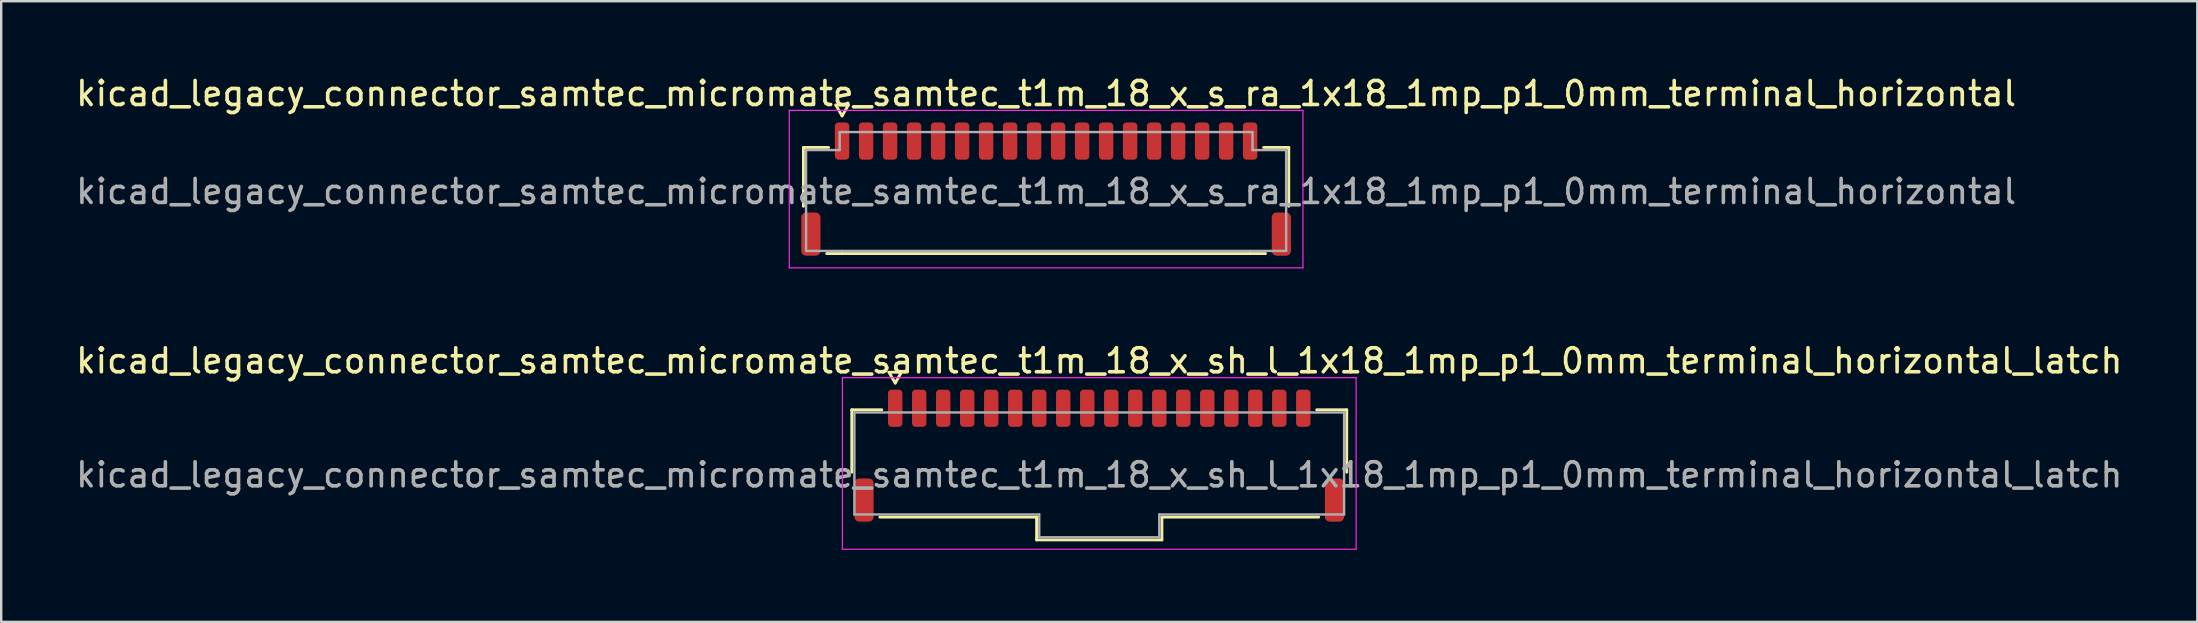
<source format=kicad_pcb>
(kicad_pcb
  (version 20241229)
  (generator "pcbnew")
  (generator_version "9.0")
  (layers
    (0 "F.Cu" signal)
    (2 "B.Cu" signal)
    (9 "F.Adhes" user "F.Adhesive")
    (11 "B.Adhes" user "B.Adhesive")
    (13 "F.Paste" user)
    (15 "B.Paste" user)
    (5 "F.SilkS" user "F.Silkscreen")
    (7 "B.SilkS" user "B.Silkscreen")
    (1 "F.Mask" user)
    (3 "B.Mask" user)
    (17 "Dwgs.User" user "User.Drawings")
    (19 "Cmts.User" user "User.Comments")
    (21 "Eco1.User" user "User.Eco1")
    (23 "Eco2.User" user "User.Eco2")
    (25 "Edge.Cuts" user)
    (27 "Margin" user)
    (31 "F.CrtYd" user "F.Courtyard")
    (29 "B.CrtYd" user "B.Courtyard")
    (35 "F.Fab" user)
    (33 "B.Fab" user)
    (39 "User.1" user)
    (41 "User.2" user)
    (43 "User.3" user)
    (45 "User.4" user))
  (footprint "kicad_legacy_connector_samtec_micromate_samtec_t1m_18_x_sh_l_1x18_1mp_p1_0mm_terminal_horizontal_latch"
    (layer "F.Cu")
    (at 42.744 16.732)
    (property "Reference" "kicad_legacy_connector_samtec_micromate_samtec_t1m_18_x_sh_l_1x18_1mp_p1_0mm_terminal_horizontal_latch" (at 0 -4.75 0) (layer "F.SilkS") (effects (font (size 1 1) (thickness 0.15))))
    (attr smd)
    (fp_line (start -10.31 -2.71) (end -9.06 -2.71) (stroke (width 0.12) (type solid)) (layer "F.SilkS"))
    (fp_line (start -10.31 -0.11) (end -10.31 -2.71) (stroke (width 0.12) (type solid)) (layer "F.SilkS"))
    (fp_line (start -8.76 -4.275) (end -8.5 -3.825) (stroke (width 0.12) (type solid)) (layer "F.SilkS"))
    (fp_line (start -8.5 -3.825) (end -8.24 -4.275) (stroke (width 0.12) (type solid)) (layer "F.SilkS"))
    (fp_line (start -8.24 -4.275) (end -8.76 -4.275) (stroke (width 0.12) (type solid)) (layer "F.SilkS"))
    (fp_line (start -2.61 1.76) (end -9.14 1.76) (stroke (width 0.12) (type solid)) (layer "F.SilkS"))
    (fp_line (start -2.61 2.71) (end -2.61 1.76) (stroke (width 0.12) (type solid)) (layer "F.SilkS"))
    (fp_line (start 2.61 1.76) (end 2.61 2.71) (stroke (width 0.12) (type solid)) (layer "F.SilkS"))
    (fp_line (start 2.61 2.71) (end -2.61 2.71) (stroke (width 0.12) (type solid)) (layer "F.SilkS"))
    (fp_line (start 9.06 -2.71) (end 10.31 -2.71) (stroke (width 0.12) (type solid)) (layer "F.SilkS"))
    (fp_line (start 9.14 1.76) (end 2.61 1.76) (stroke (width 0.12) (type solid)) (layer "F.SilkS"))
    (fp_line (start 10.31 -2.71) (end 10.31 -0.11) (stroke (width 0.12) (type solid)) (layer "F.SilkS"))
    (fp_line (start -10.7 -4.05) (end -10.7 3.1) (stroke (width 0.05) (type solid)) (layer "F.CrtYd"))
    (fp_line (start -10.7 3.1) (end 10.7 3.1) (stroke (width 0.05) (type solid)) (layer "F.CrtYd"))
    (fp_line (start 10.7 -4.05) (end -10.7 -4.05) (stroke (width 0.05) (type solid)) (layer "F.CrtYd"))
    (fp_line (start 10.7 3.1) (end 10.7 -4.05) (stroke (width 0.05) (type solid)) (layer "F.CrtYd"))
    (fp_line (start -10.2 -2.6) (end 10.2 -2.6) (stroke (width 0.1) (type solid)) (layer "F.Fab"))
    (fp_line (start -10.2 1.65) (end -10.2 -2.6) (stroke (width 0.1) (type solid)) (layer "F.Fab"))
    (fp_line (start -2.5 1.65) (end -10.2 1.65) (stroke (width 0.1) (type solid)) (layer "F.Fab"))
    (fp_line (start -2.5 2.6) (end -2.5 1.65) (stroke (width 0.1) (type solid)) (layer "F.Fab"))
    (fp_line (start 2.5 1.65) (end 2.5 2.6) (stroke (width 0.1) (type solid)) (layer "F.Fab"))
    (fp_line (start 2.5 2.6) (end -2.5 2.6) (stroke (width 0.1) (type solid)) (layer "F.Fab"))
    (fp_line (start 10.2 -2.6) (end 10.2 1.65) (stroke (width 0.1) (type solid)) (layer "F.Fab"))
    (fp_line (start 10.2 1.65) (end 2.5 1.65) (stroke (width 0.1) (type solid)) (layer "F.Fab"))
    (fp_text user "${REFERENCE}" (at 0 0 0) (layer "F.Fab") (effects (font (size 1 1) (thickness 0.15))))
    (pad "1" smd roundrect (at -8.5 -2.775) (size 0.6 1.55) (layers "F.Cu" "F.Mask" "F.Paste") (roundrect_rratio 0.25))
    (pad "2" smd roundrect (at -7.5 -2.775) (size 0.6 1.55) (layers "F.Cu" "F.Mask" "F.Paste") (roundrect_rratio 0.25))
    (pad "3" smd roundrect (at -6.5 -2.775) (size 0.6 1.55) (layers "F.Cu" "F.Mask" "F.Paste") (roundrect_rratio 0.25))
    (pad "4" smd roundrect (at -5.5 -2.775) (size 0.6 1.55) (layers "F.Cu" "F.Mask" "F.Paste") (roundrect_rratio 0.25))
    (pad "5" smd roundrect (at -4.5 -2.775) (size 0.6 1.55) (layers "F.Cu" "F.Mask" "F.Paste") (roundrect_rratio 0.25))
    (pad "6" smd roundrect (at -3.5 -2.775) (size 0.6 1.55) (layers "F.Cu" "F.Mask" "F.Paste") (roundrect_rratio 0.25))
    (pad "7" smd roundrect (at -2.5 -2.775) (size 0.6 1.55) (layers "F.Cu" "F.Mask" "F.Paste") (roundrect_rratio 0.25))
    (pad "8" smd roundrect (at -1.5 -2.775) (size 0.6 1.55) (layers "F.Cu" "F.Mask" "F.Paste") (roundrect_rratio 0.25))
    (pad "9" smd roundrect (at -0.5 -2.775) (size 0.6 1.55) (layers "F.Cu" "F.Mask" "F.Paste") (roundrect_rratio 0.25))
    (pad "10" smd roundrect (at 0.5 -2.775) (size 0.6 1.55) (layers "F.Cu" "F.Mask" "F.Paste") (roundrect_rratio 0.25))
    (pad "11" smd roundrect (at 1.5 -2.775) (size 0.6 1.55) (layers "F.Cu" "F.Mask" "F.Paste") (roundrect_rratio 0.25))
    (pad "12" smd roundrect (at 2.5 -2.775) (size 0.6 1.55) (layers "F.Cu" "F.Mask" "F.Paste") (roundrect_rratio 0.25))
    (pad "13" smd roundrect (at 3.5 -2.775) (size 0.6 1.55) (layers "F.Cu" "F.Mask" "F.Paste") (roundrect_rratio 0.25))
    (pad "14" smd roundrect (at 4.5 -2.775) (size 0.6 1.55) (layers "F.Cu" "F.Mask" "F.Paste") (roundrect_rratio 0.25))
    (pad "15" smd roundrect (at 5.5 -2.775) (size 0.6 1.55) (layers "F.Cu" "F.Mask" "F.Paste") (roundrect_rratio 0.25))
    (pad "16" smd roundrect (at 6.5 -2.775) (size 0.6 1.55) (layers "F.Cu" "F.Mask" "F.Paste") (roundrect_rratio 0.25))
    (pad "17" smd roundrect (at 7.5 -2.775) (size 0.6 1.55) (layers "F.Cu" "F.Mask" "F.Paste") (roundrect_rratio 0.25))
    (pad "18" smd roundrect (at 8.5 -2.775) (size 0.6 1.55) (layers "F.Cu" "F.Mask" "F.Paste") (roundrect_rratio 0.25))
    (pad "MP" smd roundrect (at -9.8 1.05) (size 0.8 1.8) (layers "F.Cu" "F.Mask" "F.Paste") (roundrect_rratio 0.25))
    (pad "MP" smd roundrect (at 9.8 1.05) (size 0.8 1.8) (layers "F.Cu" "F.Mask" "F.Paste") (roundrect_rratio 0.25)))
  (footprint "kicad_legacy_connector_samtec_micromate_samtec_t1m_18_x_s_ra_1x18_1mp_p1_0mm_terminal_horizontal"
    (layer "F.Cu")
    (at 40.53 4.928)
    (property "Reference" "kicad_legacy_connector_samtec_micromate_samtec_t1m_18_x_s_ra_1x18_1mp_p1_0mm_terminal_horizontal" (at 0 -4.08 0) (layer "F.SilkS") (effects (font (size 1 1) (thickness 0.15))))
    (attr smd)
    (fp_line (start -10.11 -1.835) (end -9.06 -1.835) (stroke (width 0.12) (type solid)) (layer "F.SilkS"))
    (fp_line (start -10.11 0.615) (end -10.11 -1.835) (stroke (width 0.12) (type solid)) (layer "F.SilkS"))
    (fp_line (start -8.76 -3.6) (end -8.5 -3.15) (stroke (width 0.12) (type solid)) (layer "F.SilkS"))
    (fp_line (start -8.5 -3.15) (end -8.24 -3.6) (stroke (width 0.12) (type solid)) (layer "F.SilkS"))
    (fp_line (start -8.5 2.585) (end -9.14 2.585) (stroke (width 0.12) (type solid)) (layer "F.SilkS"))
    (fp_line (start -8.24 -3.6) (end -8.76 -3.6) (stroke (width 0.12) (type solid)) (layer "F.SilkS"))
    (fp_line (start 8.5 2.585) (end -8.5 2.585) (stroke (width 0.12) (type solid)) (layer "F.SilkS"))
    (fp_line (start 9.06 -1.835) (end 10.11 -1.835) (stroke (width 0.12) (type solid)) (layer "F.SilkS"))
    (fp_line (start 9.14 2.585) (end 8.5 2.585) (stroke (width 0.12) (type solid)) (layer "F.SilkS"))
    (fp_line (start 10.11 -1.835) (end 10.11 0.615) (stroke (width 0.12) (type solid)) (layer "F.SilkS"))
    (fp_line (start -10.7 -3.38) (end -10.7 3.18) (stroke (width 0.05) (type solid)) (layer "F.CrtYd"))
    (fp_line (start -10.7 3.18) (end 10.7 3.18) (stroke (width 0.05) (type solid)) (layer "F.CrtYd"))
    (fp_line (start 10.7 -3.38) (end -10.7 -3.38) (stroke (width 0.05) (type solid)) (layer "F.CrtYd"))
    (fp_line (start 10.7 3.18) (end 10.7 -3.38) (stroke (width 0.05) (type solid)) (layer "F.CrtYd"))
    (fp_line (start -10 -1.725) (end -8.6 -1.725) (stroke (width 0.1) (type solid)) (layer "F.Fab"))
    (fp_line (start -10 2.475) (end -10 -1.725) (stroke (width 0.1) (type solid)) (layer "F.Fab"))
    (fp_line (start -8.6 -2.475) (end -8.5 -2.475) (stroke (width 0.1) (type solid)) (layer "F.Fab"))
    (fp_line (start -8.6 -1.725) (end -8.6 -2.475) (stroke (width 0.1) (type solid)) (layer "F.Fab"))
    (fp_line (start -8.5 -2.475) (end 8.5 -2.475) (stroke (width 0.1) (type solid)) (layer "F.Fab"))
    (fp_line (start -8.5 2.475) (end -10 2.475) (stroke (width 0.1) (type solid)) (layer "F.Fab"))
    (fp_line (start 8.5 -2.475) (end 8.6 -2.475) (stroke (width 0.1) (type solid)) (layer "F.Fab"))
    (fp_line (start 8.5 2.475) (end -8.5 2.475) (stroke (width 0.1) (type solid)) (layer "F.Fab"))
    (fp_line (start 8.6 -2.475) (end 8.6 -1.725) (stroke (width 0.1) (type solid)) (layer "F.Fab"))
    (fp_line (start 8.6 -1.725) (end 10 -1.725) (stroke (width 0.1) (type solid)) (layer "F.Fab"))
    (fp_line (start 10 -1.725) (end 10 2.475) (stroke (width 0.1) (type solid)) (layer "F.Fab"))
    (fp_line (start 10 2.475) (end 8.5 2.475) (stroke (width 0.1) (type solid)) (layer "F.Fab"))
    (fp_text user "${REFERENCE}" (at 0 0 0) (layer "F.Fab") (effects (font (size 1 1) (thickness 0.15))))
    (pad "1" smd roundrect (at -8.5 -2.1) (size 0.6 1.55) (layers "F.Cu" "F.Mask" "F.Paste") (roundrect_rratio 0.25))
    (pad "2" smd roundrect (at -7.5 -2.1) (size 0.6 1.55) (layers "F.Cu" "F.Mask" "F.Paste") (roundrect_rratio 0.25))
    (pad "3" smd roundrect (at -6.5 -2.1) (size 0.6 1.55) (layers "F.Cu" "F.Mask" "F.Paste") (roundrect_rratio 0.25))
    (pad "4" smd roundrect (at -5.5 -2.1) (size 0.6 1.55) (layers "F.Cu" "F.Mask" "F.Paste") (roundrect_rratio 0.25))
    (pad "5" smd roundrect (at -4.5 -2.1) (size 0.6 1.55) (layers "F.Cu" "F.Mask" "F.Paste") (roundrect_rratio 0.25))
    (pad "6" smd roundrect (at -3.5 -2.1) (size 0.6 1.55) (layers "F.Cu" "F.Mask" "F.Paste") (roundrect_rratio 0.25))
    (pad "7" smd roundrect (at -2.5 -2.1) (size 0.6 1.55) (layers "F.Cu" "F.Mask" "F.Paste") (roundrect_rratio 0.25))
    (pad "8" smd roundrect (at -1.5 -2.1) (size 0.6 1.55) (layers "F.Cu" "F.Mask" "F.Paste") (roundrect_rratio 0.25))
    (pad "9" smd roundrect (at -0.5 -2.1) (size 0.6 1.55) (layers "F.Cu" "F.Mask" "F.Paste") (roundrect_rratio 0.25))
    (pad "10" smd roundrect (at 0.5 -2.1) (size 0.6 1.55) (layers "F.Cu" "F.Mask" "F.Paste") (roundrect_rratio 0.25))
    (pad "11" smd roundrect (at 1.5 -2.1) (size 0.6 1.55) (layers "F.Cu" "F.Mask" "F.Paste") (roundrect_rratio 0.25))
    (pad "12" smd roundrect (at 2.5 -2.1) (size 0.6 1.55) (layers "F.Cu" "F.Mask" "F.Paste") (roundrect_rratio 0.25))
    (pad "13" smd roundrect (at 3.5 -2.1) (size 0.6 1.55) (layers "F.Cu" "F.Mask" "F.Paste") (roundrect_rratio 0.25))
    (pad "14" smd roundrect (at 4.5 -2.1) (size 0.6 1.55) (layers "F.Cu" "F.Mask" "F.Paste") (roundrect_rratio 0.25))
    (pad "15" smd roundrect (at 5.5 -2.1) (size 0.6 1.55) (layers "F.Cu" "F.Mask" "F.Paste") (roundrect_rratio 0.25))
    (pad "16" smd roundrect (at 6.5 -2.1) (size 0.6 1.55) (layers "F.Cu" "F.Mask" "F.Paste") (roundrect_rratio 0.25))
    (pad "17" smd roundrect (at 7.5 -2.1) (size 0.6 1.55) (layers "F.Cu" "F.Mask" "F.Paste") (roundrect_rratio 0.25))
    (pad "18" smd roundrect (at 8.5 -2.1) (size 0.6 1.55) (layers "F.Cu" "F.Mask" "F.Paste") (roundrect_rratio 0.25))
    (pad "MP" smd roundrect (at -9.8 1.775) (size 0.8 1.8) (layers "F.Cu" "F.Mask" "F.Paste") (roundrect_rratio 0.25))
    (pad "MP" smd roundrect (at 9.8 1.775) (size 0.8 1.8) (layers "F.Cu" "F.Mask" "F.Paste") (roundrect_rratio 0.25)))
  (gr_rect
    (start -3 -3)
    (end 88.488 22.857)
    (stroke (width 0.1) (type default))
    (fill no)
    (layer "Edge.Cuts")))
</source>
